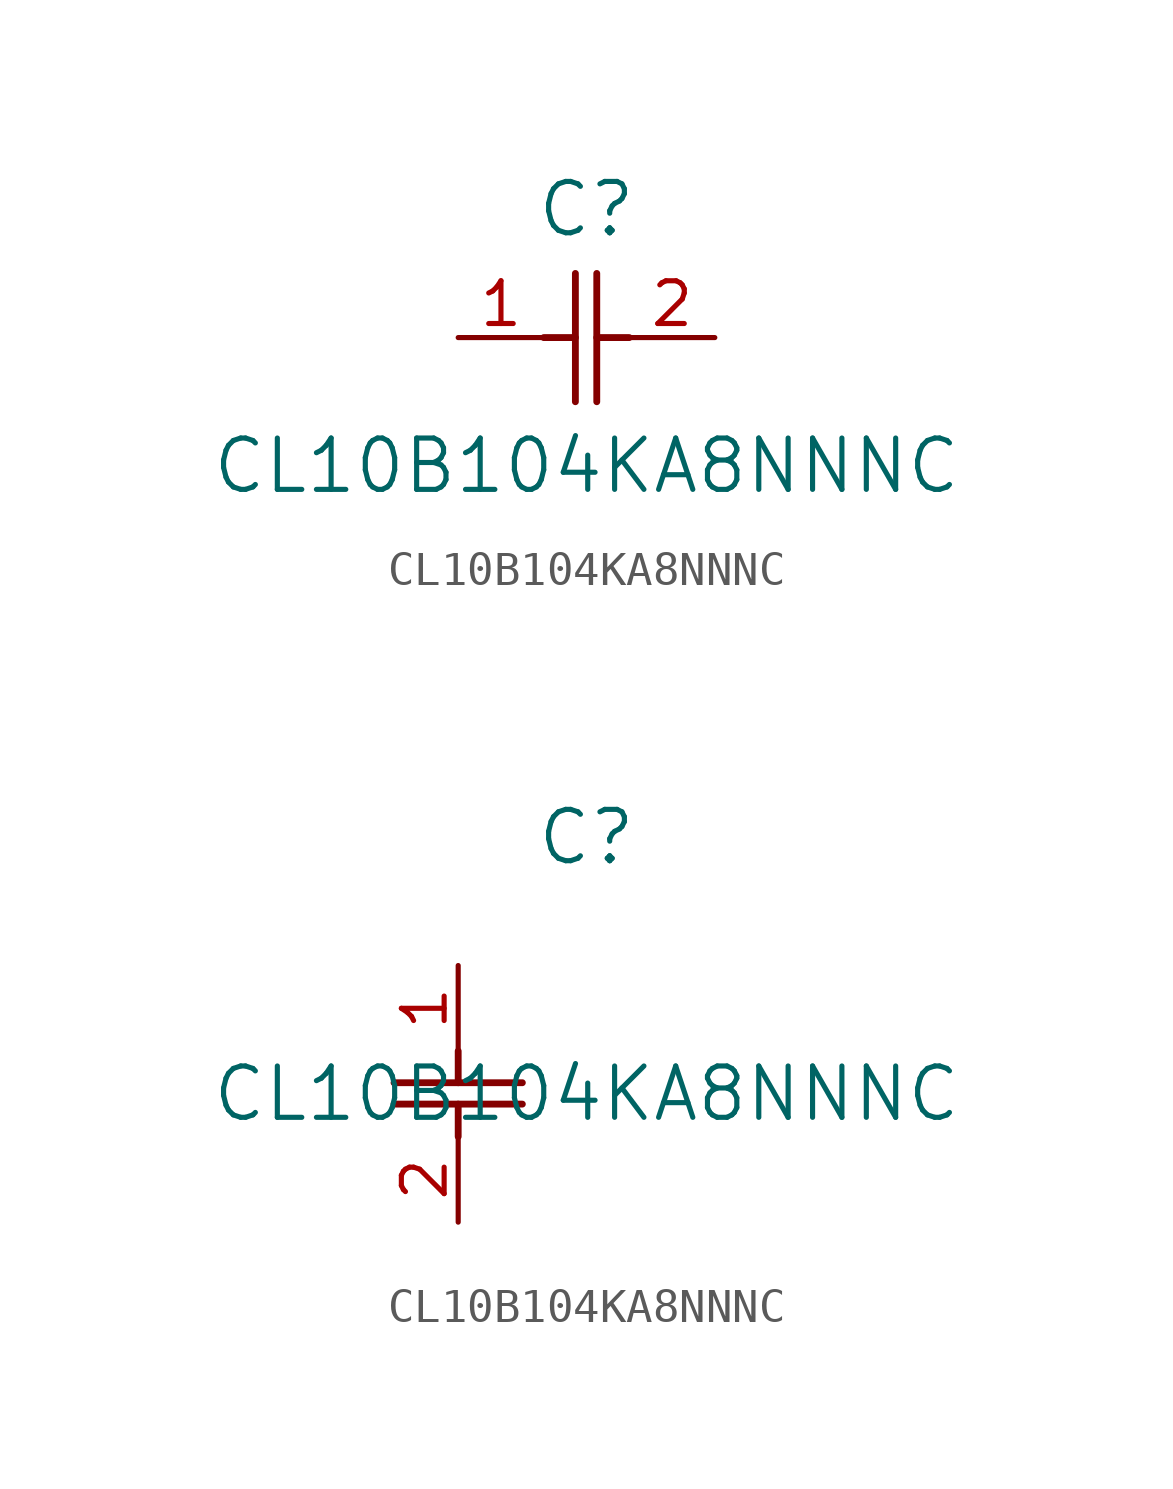
<source format=kicad_sym>
(kicad_symbol_lib
  (version 20211014)
  (generator kicad_symbol_editor)
  (symbol "CL10B104KA8NNNC"
    (pin_names
      (offset 0.254))
    (property "Reference" "C"
      (at 3.81 3.81 0)
      (effects (font (size 1.524 1.524))))
    (property "Value" "CL10B104KA8NNNC"
      (at 3.81 -3.81 0)
      (effects (font (size 1.524 1.524))))
    (symbol "CL10B104KA8NNNC_1_1"
      (polyline (pts (xy 3.48 -1.905) (xy 3.48 1.905)) (stroke (width 0.203) (type default) (color 0 0 0 0)) (fill (type none)))
      (polyline (pts (xy 4.115 -1.905) (xy 4.115 1.905)) (stroke (width 0.203) (type default) (color 0 0 0 0)) (fill (type none)))
      (polyline (pts (xy 4.115 0) (xy 5.08 0)) (stroke (width 0.203) (type default) (color 0 0 0 0)) (fill (type none)))
      (polyline (pts (xy 2.54 0) (xy 3.48 0)) (stroke (width 0.203) (type default) (color 0 0 0 0)) (fill (type none)))
      (pin unspecified line (at 0 0 0) (length 2.54) (name "" (effects (font (size 1.27 1.27)))) (number "1" (effects (font (size 1.27 1.27)))))
      (pin unspecified line (at 7.62 0 180) (length 2.54) (name "" (effects (font (size 1.27 1.27)))) (number "2" (effects (font (size 1.27 1.27))))))
    (symbol "CL10B104KA8NNNC_1_2"
      (polyline (pts (xy -1.905 -3.48) (xy 1.905 -3.48)) (stroke (width 0.203) (type default) (color 0 0 0 0)) (fill (type none)))
      (polyline (pts (xy -1.905 -4.115) (xy 1.905 -4.115)) (stroke (width 0.203) (type default) (color 0 0 0 0)) (fill (type none)))
      (polyline (pts (xy 0 -4.115) (xy 0 -5.08)) (stroke (width 0.203) (type default) (color 0 0 0 0)) (fill (type none)))
      (polyline (pts (xy 0 -2.54) (xy 0 -3.48)) (stroke (width 0.203) (type default) (color 0 0 0 0)) (fill (type none)))
      (pin unspecified line (at 0 0 270) (length 2.54) (name "" (effects (font (size 1.27 1.27)))) (number "1" (effects (font (size 1.27 1.27)))))
      (pin unspecified line (at 0 -7.62 90) (length 2.54) (name "" (effects (font (size 1.27 1.27)))) (number "2" (effects (font (size 1.27 1.27))))))))
</source>
